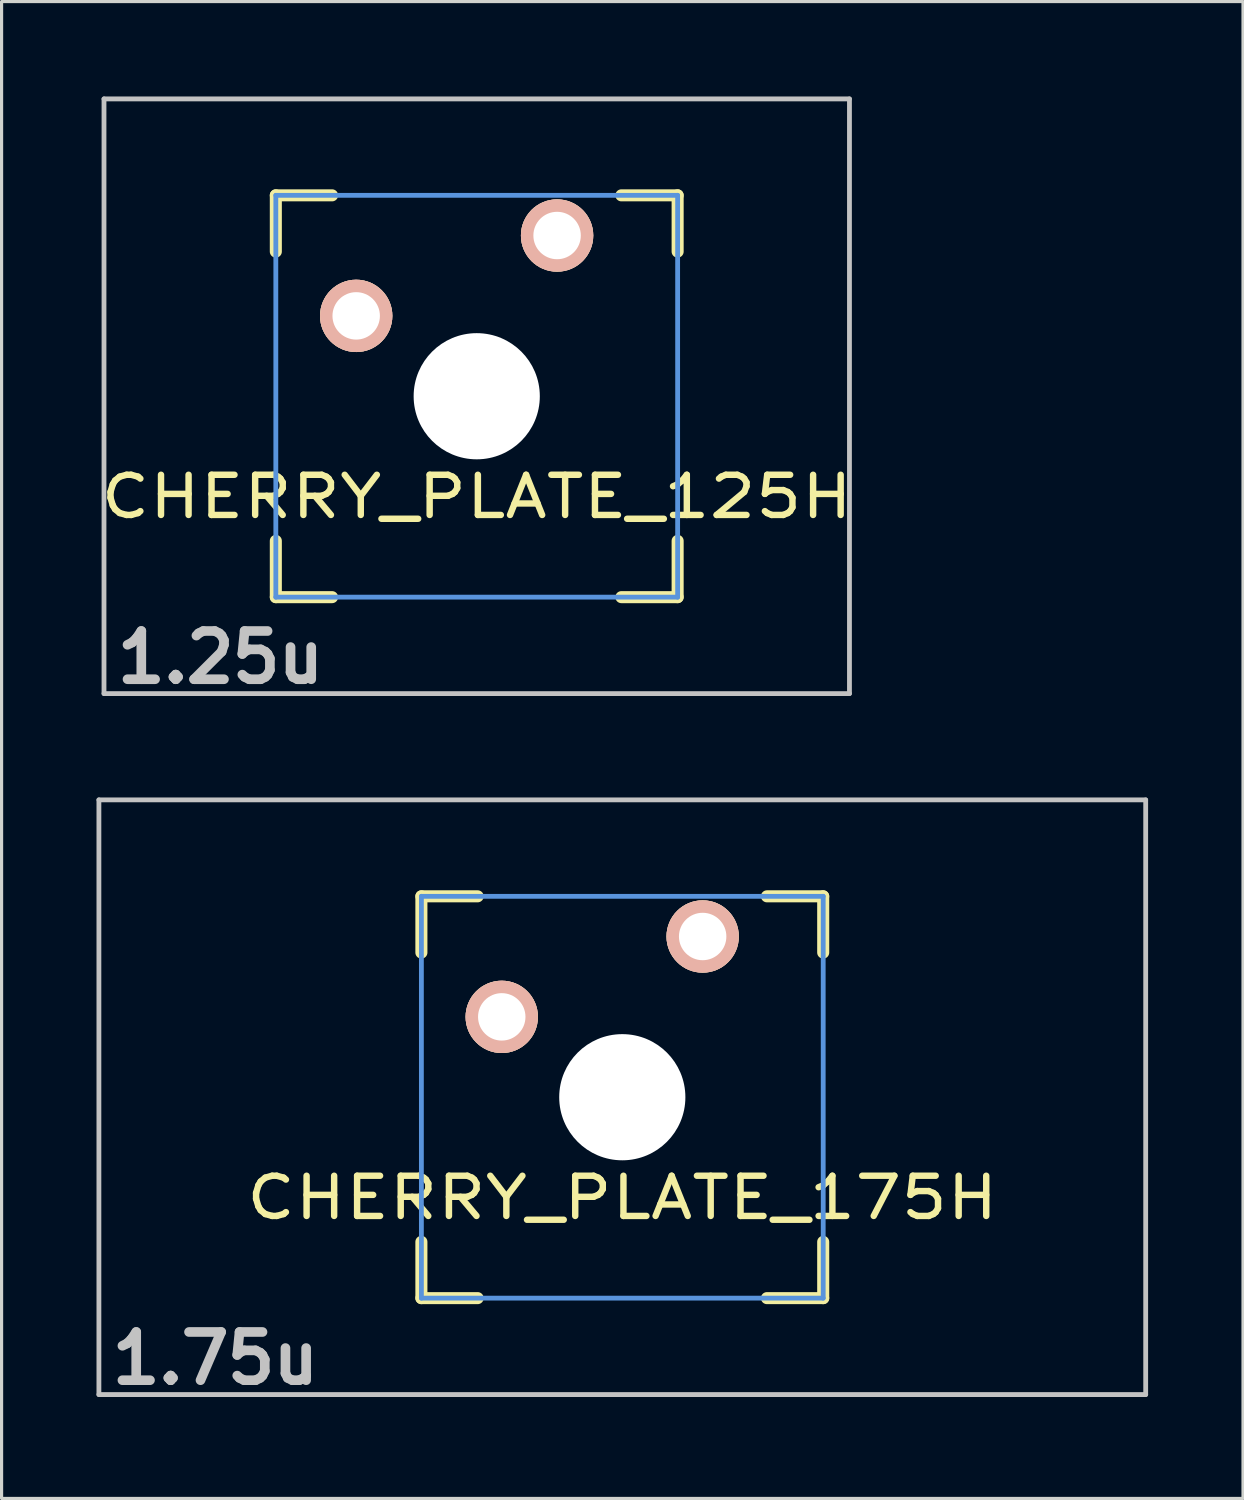
<source format=kicad_pcb>
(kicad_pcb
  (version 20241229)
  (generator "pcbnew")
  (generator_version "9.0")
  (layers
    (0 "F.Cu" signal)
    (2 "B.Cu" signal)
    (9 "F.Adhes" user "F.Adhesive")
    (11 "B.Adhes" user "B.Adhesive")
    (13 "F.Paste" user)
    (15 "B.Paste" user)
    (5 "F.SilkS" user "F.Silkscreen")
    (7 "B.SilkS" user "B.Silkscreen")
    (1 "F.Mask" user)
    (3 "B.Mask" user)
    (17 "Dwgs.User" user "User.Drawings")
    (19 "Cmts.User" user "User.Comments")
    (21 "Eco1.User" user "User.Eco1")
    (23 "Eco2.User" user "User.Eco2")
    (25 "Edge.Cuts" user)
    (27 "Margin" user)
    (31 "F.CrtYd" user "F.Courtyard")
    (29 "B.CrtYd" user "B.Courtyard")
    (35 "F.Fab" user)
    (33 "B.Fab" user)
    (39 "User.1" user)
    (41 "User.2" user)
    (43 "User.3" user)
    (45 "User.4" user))
  (footprint "CHERRY_PLATE_175H"
    (layer "F.Cu")
    (at 16.619 31.63)
    (property "Reference" "CHERRY_PLATE_175H" (at 0 3.175 0) (layer "F.SilkS") (effects (font (size 1.27 1.524) (thickness 0.203))))
    (attr through_hole)
    (fp_line (start -6.35 -6.35) (end -4.572 -6.35) (stroke (width 0.381) (type solid)) (layer "F.SilkS"))
    (fp_line (start -6.35 -4.572) (end -6.35 -6.35) (stroke (width 0.381) (type solid)) (layer "F.SilkS"))
    (fp_line (start -6.35 6.35) (end -6.35 4.572) (stroke (width 0.381) (type solid)) (layer "F.SilkS"))
    (fp_line (start -4.572 6.35) (end -6.35 6.35) (stroke (width 0.381) (type solid)) (layer "F.SilkS"))
    (fp_line (start 4.572 -6.35) (end 6.35 -6.35) (stroke (width 0.381) (type solid)) (layer "F.SilkS"))
    (fp_line (start 6.35 -6.35) (end 6.35 -4.572) (stroke (width 0.381) (type solid)) (layer "F.SilkS"))
    (fp_line (start 6.35 4.572) (end 6.35 6.35) (stroke (width 0.381) (type solid)) (layer "F.SilkS"))
    (fp_line (start 6.35 6.35) (end 4.572 6.35) (stroke (width 0.381) (type solid)) (layer "F.SilkS"))
    (fp_line (start -16.543 -9.398) (end 16.543 -9.398) (stroke (width 0.152) (type solid)) (layer "Dwgs.User"))
    (fp_line (start -16.543 9.398) (end -16.543 -9.398) (stroke (width 0.152) (type solid)) (layer "Dwgs.User"))
    (fp_line (start 16.543 -9.398) (end 16.543 9.398) (stroke (width 0.152) (type solid)) (layer "Dwgs.User"))
    (fp_line (start 16.543 9.398) (end -16.543 9.398) (stroke (width 0.152) (type solid)) (layer "Dwgs.User"))
    (fp_line (start -6.35 -6.35) (end 6.35 -6.35) (stroke (width 0.152) (type solid)) (layer "Cmts.User"))
    (fp_line (start -6.35 6.35) (end -6.35 -6.35) (stroke (width 0.152) (type solid)) (layer "Cmts.User"))
    (fp_line (start 6.35 -6.35) (end 6.35 6.35) (stroke (width 0.152) (type solid)) (layer "Cmts.User"))
    (fp_line (start 6.35 6.35) (end -6.35 6.35) (stroke (width 0.152) (type solid)) (layer "Cmts.User"))
    (fp_line (start -6.985 -6.985) (end 6.985 -6.985) (stroke (width 0.152) (type solid)) (layer "Eco2.User"))
    (fp_line (start -6.985 6.985) (end -6.985 -6.985) (stroke (width 0.152) (type solid)) (layer "Eco2.User"))
    (fp_line (start 6.985 -6.985) (end 6.985 6.985) (stroke (width 0.152) (type solid)) (layer "Eco2.User"))
    (fp_line (start 6.985 6.985) (end -6.985 6.985) (stroke (width 0.152) (type solid)) (layer "Eco2.User"))
    (fp_text user "1.75u" (at -12.86 8.255 0) (layer "Dwgs.User") (effects (font (size 1.524 1.524) (thickness 0.305))))
    (pad "" np_thru_hole circle (at 0 0) (size 3.988 3.988) (drill 3.988) (layers "*.Cu"))
    (pad "1" thru_hole circle (at 2.54 -5.08) (size 2.286 2.286) (drill 1.499) (layers "*.Cu" "*.SilkS" "*.Mask"))
    (pad "2" thru_hole circle (at -3.81 -2.54) (size 2.286 2.286) (drill 1.499) (layers "*.Cu" "*.SilkS" "*.Mask")))
  (footprint "CHERRY_PLATE_125H"
    (layer "F.Cu")
    (at 12.018 9.474)
    (property "Reference" "CHERRY_PLATE_125H" (at 0 3.175 0) (layer "F.SilkS") (effects (font (size 1.27 1.524) (thickness 0.203))))
    (attr through_hole)
    (fp_line (start -6.35 -6.35) (end -4.572 -6.35) (stroke (width 0.381) (type solid)) (layer "F.SilkS"))
    (fp_line (start -6.35 -4.572) (end -6.35 -6.35) (stroke (width 0.381) (type solid)) (layer "F.SilkS"))
    (fp_line (start -6.35 6.35) (end -6.35 4.572) (stroke (width 0.381) (type solid)) (layer "F.SilkS"))
    (fp_line (start -4.572 6.35) (end -6.35 6.35) (stroke (width 0.381) (type solid)) (layer "F.SilkS"))
    (fp_line (start 4.572 -6.35) (end 6.35 -6.35) (stroke (width 0.381) (type solid)) (layer "F.SilkS"))
    (fp_line (start 6.35 -6.35) (end 6.35 -4.572) (stroke (width 0.381) (type solid)) (layer "F.SilkS"))
    (fp_line (start 6.35 4.572) (end 6.35 6.35) (stroke (width 0.381) (type solid)) (layer "F.SilkS"))
    (fp_line (start 6.35 6.35) (end 4.572 6.35) (stroke (width 0.381) (type solid)) (layer "F.SilkS"))
    (fp_line (start -11.781 -9.398) (end 11.781 -9.398) (stroke (width 0.152) (type solid)) (layer "Dwgs.User"))
    (fp_line (start -11.781 9.398) (end -11.781 -9.398) (stroke (width 0.152) (type solid)) (layer "Dwgs.User"))
    (fp_line (start 11.781 -9.398) (end 11.781 9.398) (stroke (width 0.152) (type solid)) (layer "Dwgs.User"))
    (fp_line (start 11.781 9.398) (end -11.781 9.398) (stroke (width 0.152) (type solid)) (layer "Dwgs.User"))
    (fp_line (start -6.35 -6.35) (end 6.35 -6.35) (stroke (width 0.152) (type solid)) (layer "Cmts.User"))
    (fp_line (start -6.35 6.35) (end -6.35 -6.35) (stroke (width 0.152) (type solid)) (layer "Cmts.User"))
    (fp_line (start 6.35 -6.35) (end 6.35 6.35) (stroke (width 0.152) (type solid)) (layer "Cmts.User"))
    (fp_line (start 6.35 6.35) (end -6.35 6.35) (stroke (width 0.152) (type solid)) (layer "Cmts.User"))
    (fp_line (start -6.985 -6.985) (end 6.985 -6.985) (stroke (width 0.152) (type solid)) (layer "Eco2.User"))
    (fp_line (start -6.985 6.985) (end -6.985 -6.985) (stroke (width 0.152) (type solid)) (layer "Eco2.User"))
    (fp_line (start 6.985 -6.985) (end 6.985 6.985) (stroke (width 0.152) (type solid)) (layer "Eco2.User"))
    (fp_line (start 6.985 6.985) (end -6.985 6.985) (stroke (width 0.152) (type solid)) (layer "Eco2.User"))
    (fp_text user "1.25u" (at -8.098 8.255 0) (layer "Dwgs.User") (effects (font (size 1.524 1.524) (thickness 0.305))))
    (pad "" np_thru_hole circle (at 0 0) (size 3.988 3.988) (drill 3.988) (layers "*.Cu"))
    (pad "1" thru_hole circle (at 2.54 -5.08) (size 2.286 2.286) (drill 1.499) (layers "*.Cu" "*.SilkS" "*.Mask"))
    (pad "2" thru_hole circle (at -3.81 -2.54) (size 2.286 2.286) (drill 1.499) (layers "*.Cu" "*.SilkS" "*.Mask")))
  (gr_rect
    (start -3 -3)
    (end 36.238 44.311)
    (stroke (width 0.1) (type default))
    (fill no)
    (layer "Edge.Cuts")))
</source>
